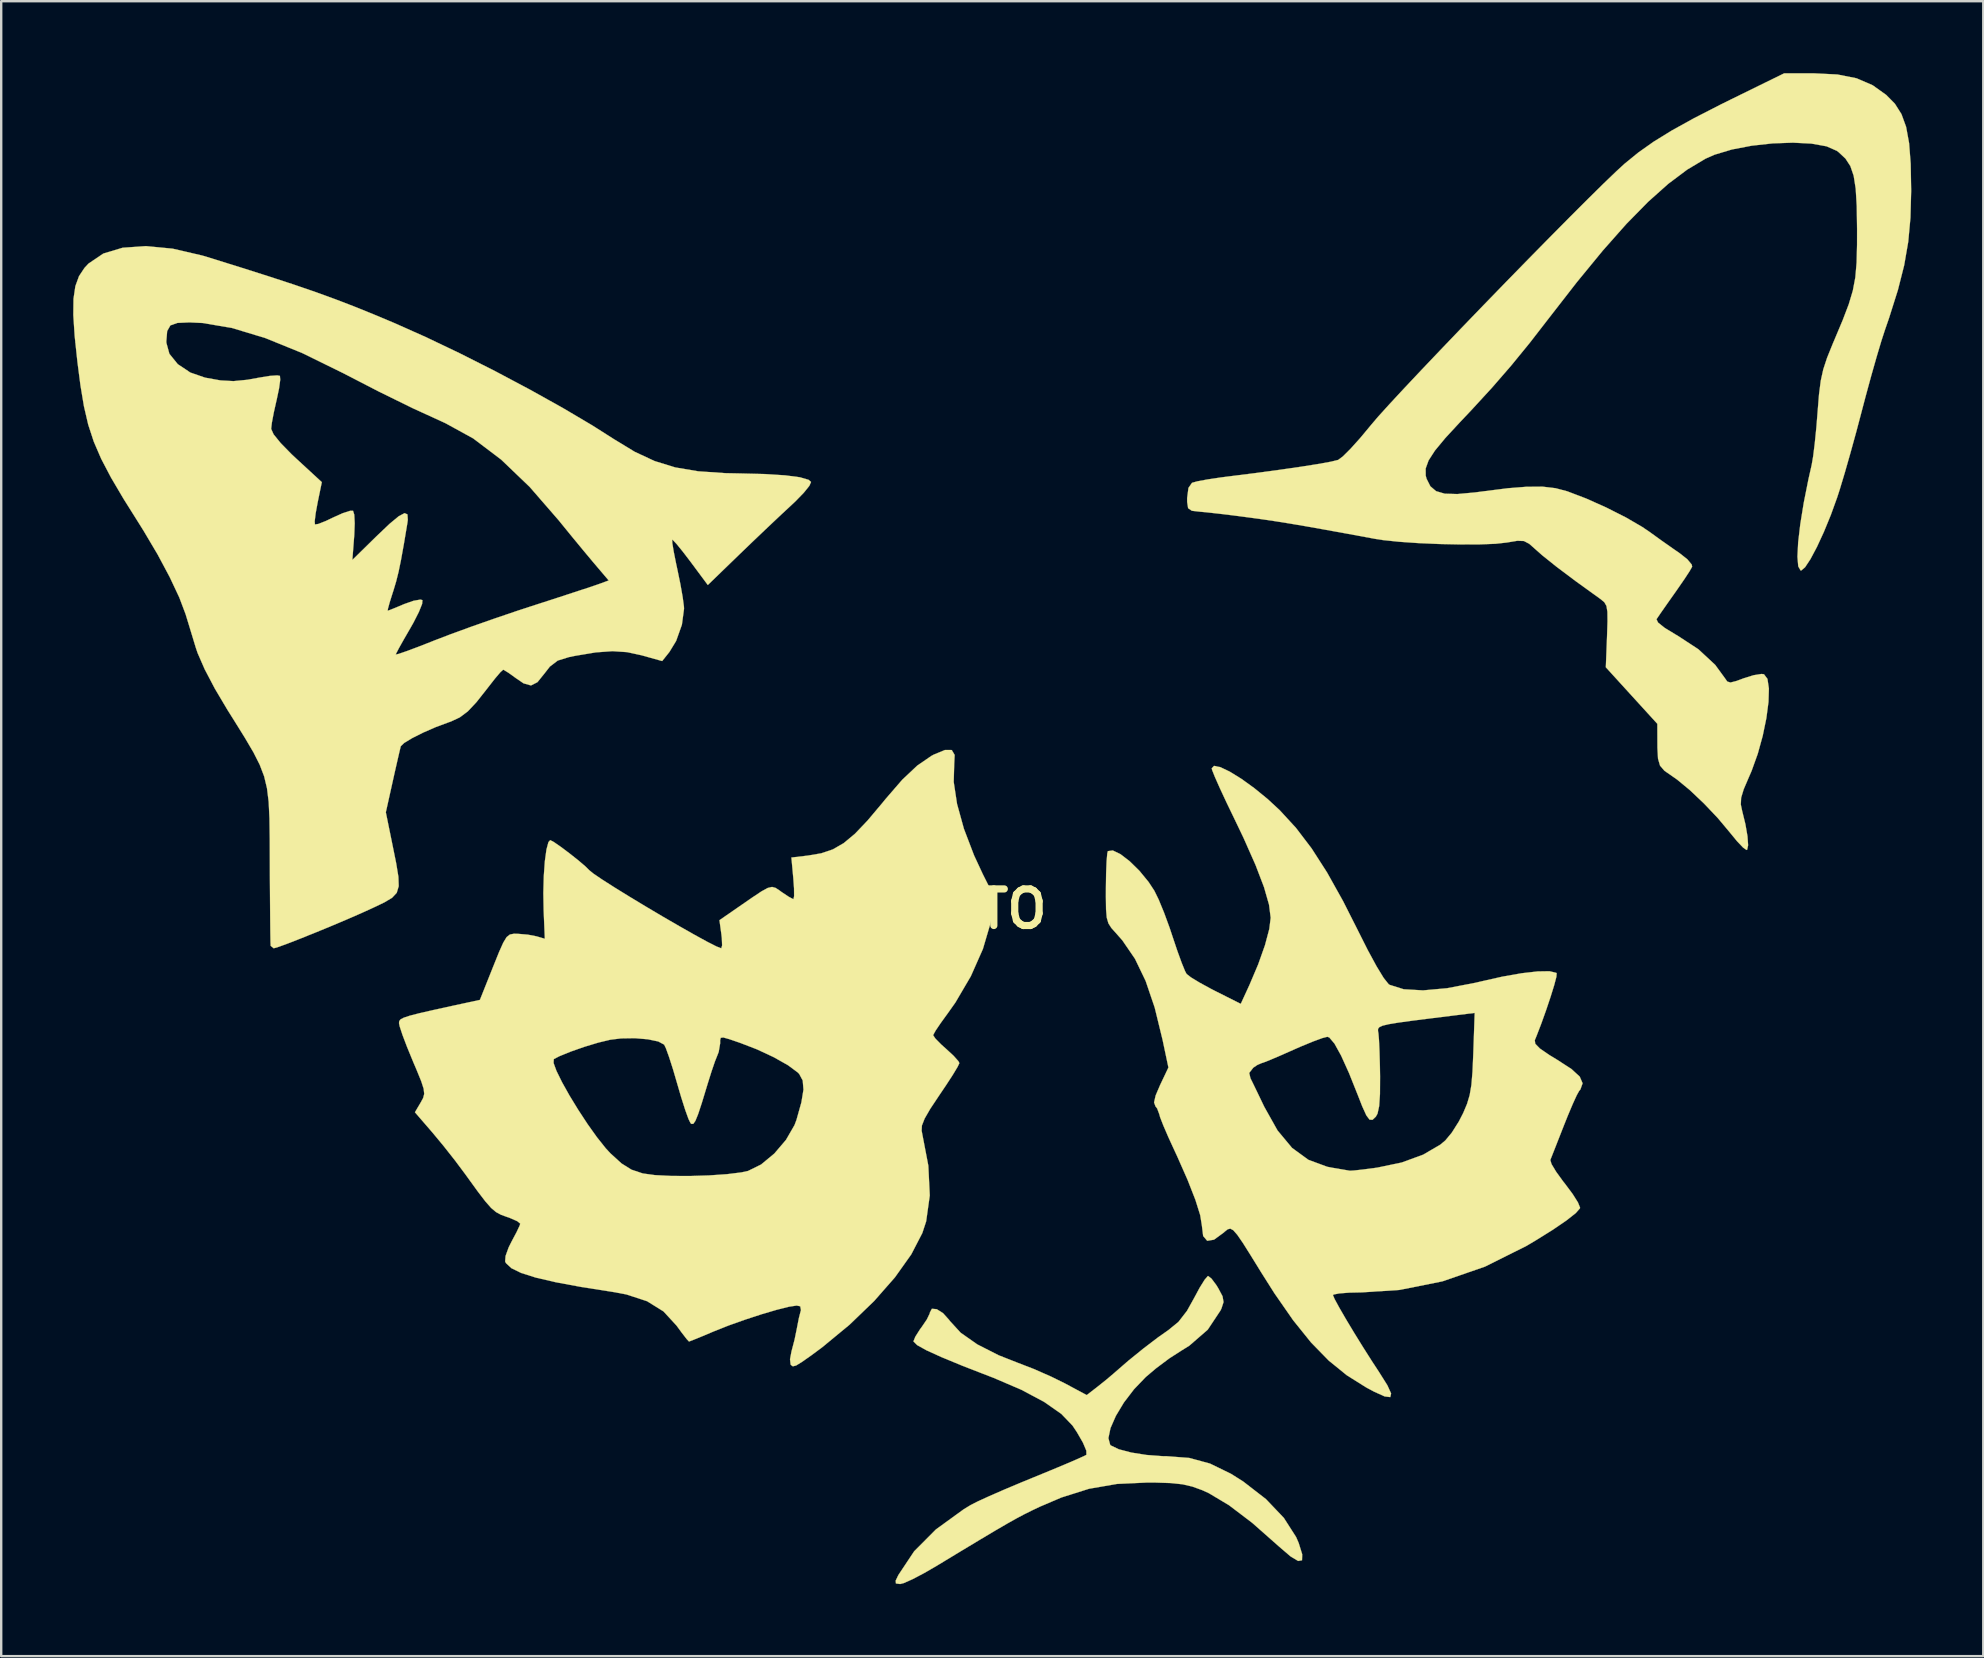
<source format=kicad_pcb>
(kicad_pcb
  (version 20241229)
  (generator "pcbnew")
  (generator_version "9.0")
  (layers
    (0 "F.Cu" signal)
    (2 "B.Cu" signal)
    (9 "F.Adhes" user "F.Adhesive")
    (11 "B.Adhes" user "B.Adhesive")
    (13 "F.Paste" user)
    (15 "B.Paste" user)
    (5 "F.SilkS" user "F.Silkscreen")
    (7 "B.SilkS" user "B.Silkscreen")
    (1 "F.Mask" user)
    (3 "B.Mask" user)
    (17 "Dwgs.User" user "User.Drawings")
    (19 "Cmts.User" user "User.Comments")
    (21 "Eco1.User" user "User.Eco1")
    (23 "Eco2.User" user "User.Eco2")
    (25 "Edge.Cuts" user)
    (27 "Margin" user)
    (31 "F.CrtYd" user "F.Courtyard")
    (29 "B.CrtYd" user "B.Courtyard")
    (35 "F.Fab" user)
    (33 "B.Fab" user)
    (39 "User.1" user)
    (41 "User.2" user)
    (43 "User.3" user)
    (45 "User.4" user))
  (footprint "GATO"
    (layer "F.Cu")
    (at 37.748 34.828)
    (property "Reference" "GATO" (at 0 0 0) (layer "F.SilkS") (effects (font (size 1.524 1.524) (thickness 0.3))))
    (attr through_hole)
    (fp_poly (pts (xy 9.685 15.402) (xy 9.887 15.671) (xy 9.967 15.801) (xy 10.148 16.141) (xy 10.189 16.381) (xy 10.103 16.647) (xy 10.066 16.726) (xy 9.53 17.533) (xy 8.759 18.202) (xy 8.422 18.411) (xy 7.932 18.726) (xy 7.38 19.139) (xy 6.95 19.503) (xy 6.462 20.011) (xy 6.037 20.567) (xy 5.702 21.124) (xy 5.478 21.635) (xy 5.391 22.052) (xy 5.464 22.328) (xy 5.498 22.36) (xy 5.827 22.517) (xy 6.348 22.653) (xy 6.981 22.753) (xy 7.644 22.803) (xy 7.82 22.805) (xy 8.759 22.877) (xy 9.623 23.111) (xy 10.496 23.536) (xy 11.009 23.859) (xy 11.957 24.593) (xy 12.702 25.375) (xy 13.213 26.173) (xy 13.321 26.422) (xy 13.467 26.892) (xy 13.46 27.142) (xy 13.297 27.17) (xy 12.977 26.977) (xy 12.497 26.565) (xy 12.487 26.556) (xy 11.385 25.583) (xy 10.416 24.847) (xy 9.576 24.345) (xy 9.3 24.219) (xy 8.891 24.071) (xy 8.483 23.976) (xy 7.994 23.924) (xy 7.344 23.903) (xy 7.03 23.901) (xy 5.75 23.96) (xy 4.586 24.161) (xy 3.43 24.526) (xy 2.536 24.908) (xy 2.211 25.062) (xy 1.897 25.218) (xy 1.56 25.397) (xy 1.166 25.618) (xy 0.679 25.902) (xy 0.066 26.267) (xy -0.71 26.734) (xy -1.681 27.322) (xy -1.746 27.362) (xy -2.292 27.678) (xy -2.774 27.931) (xy -3.133 28.091) (xy -3.286 28.131) (xy -3.463 28.109) (xy -3.474 27.992) (xy -3.361 27.756) (xy -2.703 26.767) (xy -1.796 25.856) (xy -0.634 25.013) (xy -0.344 24.837) (xy -0.059 24.692) (xy 0.426 24.47) (xy 1.055 24.195) (xy 1.775 23.892) (xy 2.262 23.692) (xy 2.973 23.4) (xy 3.593 23.141) (xy 4.078 22.933) (xy 4.386 22.794) (xy 4.475 22.746) (xy 4.471 22.573) (xy 4.33 22.239) (xy 4.08 21.804) (xy 3.894 21.526) (xy 3.43 21.043) (xy 2.714 20.542) (xy 1.767 20.038) (xy 0.607 19.54) (xy 0.446 19.478) (xy -0.686 19.039) (xy -1.562 18.677) (xy -2.191 18.391) (xy -2.577 18.176) (xy -2.728 18.029) (xy -2.731 18.013) (xy -2.654 17.823) (xy -2.463 17.522) (xy -2.39 17.423) (xy -2.174 17.105) (xy -2.056 16.861) (xy -2.048 16.818) (xy -1.966 16.661) (xy -1.762 16.678) (xy -1.5 16.843) (xy -1.242 17.13) (xy -1.218 17.166) (xy -0.766 17.659) (xy -0.075 18.144) (xy 0.821 18.6) (xy 1.621 18.915) (xy 2.284 19.171) (xy 2.998 19.485) (xy 3.575 19.769) (xy 4.487 20.258) (xy 4.941 19.907) (xy 5.306 19.615) (xy 5.626 19.344) (xy 5.672 19.303) (xy 6.217 18.83) (xy 6.845 18.321) (xy 7.456 17.855) (xy 7.897 17.545) (xy 8.312 17.205) (xy 8.666 16.748) (xy 8.957 16.225) (xy 9.196 15.781) (xy 9.4 15.453) (xy 9.533 15.299) (xy 9.547 15.295) (xy 9.685 15.402)) (stroke (width 0.01) (type solid)) (fill yes) (layer "F.SilkS"))
    (fp_poly (pts (xy 10.055 -5.91) (xy 10.447 -5.723) (xy 10.931 -5.424) (xy 11.469 -5.036) (xy 12.023 -4.584) (xy 12.534 -4.111) (xy 13.21 -3.375) (xy 13.858 -2.525) (xy 14.504 -1.519) (xy 15.173 -0.321) (xy 15.769 0.858) (xy 16.197 1.71) (xy 16.565 2.388) (xy 16.859 2.87) (xy 17.065 3.13) (xy 17.108 3.161) (xy 17.697 3.346) (xy 18.502 3.393) (xy 19.504 3.303) (xy 20.682 3.077) (xy 20.918 3.021) (xy 21.811 2.82) (xy 22.612 2.679) (xy 23.279 2.603) (xy 23.772 2.595) (xy 24.05 2.661) (xy 24.072 2.678) (xy 24.059 2.828) (xy 23.969 3.173) (xy 23.82 3.654) (xy 23.633 4.212) (xy 23.428 4.785) (xy 23.223 5.316) (xy 23.159 5.47) (xy 23.18 5.618) (xy 23.373 5.816) (xy 23.768 6.088) (xy 24.098 6.288) (xy 24.687 6.67) (xy 25.033 6.988) (xy 25.152 7.264) (xy 25.06 7.522) (xy 25.006 7.586) (xy 24.908 7.762) (xy 24.739 8.132) (xy 24.527 8.635) (xy 24.376 9.013) (xy 24.156 9.573) (xy 23.971 10.044) (xy 23.845 10.364) (xy 23.806 10.462) (xy 23.858 10.633) (xy 24.049 10.951) (xy 24.342 11.355) (xy 24.428 11.464) (xy 24.739 11.881) (xy 24.958 12.228) (xy 25.046 12.446) (xy 25.043 12.473) (xy 24.867 12.674) (xy 24.479 12.98) (xy 23.91 13.369) (xy 23.189 13.818) (xy 22.805 14.045) (xy 21.088 14.903) (xy 19.314 15.517) (xy 17.514 15.877) (xy 15.962 15.977) (xy 15.425 15.989) (xy 15.009 16.021) (xy 14.777 16.067) (xy 14.748 16.091) (xy 14.818 16.256) (xy 15.006 16.603) (xy 15.285 17.085) (xy 15.627 17.654) (xy 16.003 18.262) (xy 16.385 18.863) (xy 16.674 19.305) (xy 17.015 19.847) (xy 17.172 20.19) (xy 17.138 20.342) (xy 16.904 20.314) (xy 16.462 20.115) (xy 16.132 19.938) (xy 15.327 19.433) (xy 14.572 18.82) (xy 13.838 18.068) (xy 13.094 17.144) (xy 12.31 16.016) (xy 11.767 15.158) (xy 11.322 14.437) (xy 10.996 13.919) (xy 10.762 13.579) (xy 10.596 13.389) (xy 10.472 13.321) (xy 10.363 13.348) (xy 10.244 13.443) (xy 10.193 13.489) (xy 9.791 13.782) (xy 9.508 13.828) (xy 9.34 13.629) (xy 9.286 13.188) (xy 9.217 12.761) (xy 9.017 12.122) (xy 8.692 11.292) (xy 8.252 10.295) (xy 8.142 10.059) (xy 7.884 9.496) (xy 7.677 9.016) (xy 7.546 8.678) (xy 7.511 8.55) (xy 7.422 8.313) (xy 7.355 8.229) (xy 7.294 8.063) (xy 7.36 7.771) (xy 7.545 7.339) (xy 7.786 6.832) (xy 11.259 6.832) (xy 11.31 7.054) (xy 11.43 7.297) (xy 11.627 7.704) (xy 11.861 8.192) (xy 11.89 8.251) (xy 12.439 9.23) (xy 13.044 9.957) (xy 13.727 10.455) (xy 14.512 10.744) (xy 14.715 10.783) (xy 15.114 10.851) (xy 15.392 10.898) (xy 15.455 10.909) (xy 15.626 10.899) (xy 15.994 10.858) (xy 16.487 10.794) (xy 16.6 10.778) (xy 17.614 10.566) (xy 18.509 10.239) (xy 19.224 9.821) (xy 19.433 9.645) (xy 19.702 9.32) (xy 19.994 8.858) (xy 20.178 8.5) (xy 20.337 8.122) (xy 20.446 7.757) (xy 20.518 7.334) (xy 20.564 6.78) (xy 20.597 6.024) (xy 20.597 6.023) (xy 20.655 4.331) (xy 19.852 4.431) (xy 18.829 4.558) (xy 18.046 4.657) (xy 17.471 4.736) (xy 17.073 4.802) (xy 16.82 4.862) (xy 16.683 4.924) (xy 16.628 4.995) (xy 16.626 5.083) (xy 16.644 5.189) (xy 16.667 5.466) (xy 16.688 5.941) (xy 16.705 6.539) (xy 16.712 6.978) (xy 16.708 7.712) (xy 16.674 8.216) (xy 16.606 8.529) (xy 16.536 8.656) (xy 16.397 8.787) (xy 16.273 8.779) (xy 16.139 8.6) (xy 15.966 8.219) (xy 15.796 7.784) (xy 15.418 6.839) (xy 15.088 6.11) (xy 14.813 5.612) (xy 14.598 5.358) (xy 14.517 5.326) (xy 14.307 5.38) (xy 13.915 5.524) (xy 13.408 5.733) (xy 13.093 5.872) (xy 12.564 6.106) (xy 12.13 6.291) (xy 11.848 6.402) (xy 11.778 6.423) (xy 11.599 6.5) (xy 11.428 6.615) (xy 11.259 6.832) (xy 7.786 6.832) (xy 7.892 6.607) (xy 7.649 5.454) (xy 7.321 4.111) (xy 6.943 2.999) (xy 6.5 2.079) (xy 5.975 1.311) (xy 5.696 0.994) (xy 5.512 0.789) (xy 5.392 0.6) (xy 5.323 0.364) (xy 5.293 0.018) (xy 5.286 -0.503) (xy 5.287 -0.89) (xy 5.296 -1.491) (xy 5.316 -1.984) (xy 5.344 -2.31) (xy 5.368 -2.409) (xy 5.573 -2.438) (xy 5.892 -2.285) (xy 6.277 -1.989) (xy 6.683 -1.591) (xy 7.063 -1.128) (xy 7.304 -0.762) (xy 7.487 -0.389) (xy 7.712 0.158) (xy 7.944 0.791) (xy 8.067 1.161) (xy 8.264 1.747) (xy 8.445 2.245) (xy 8.586 2.591) (xy 8.65 2.709) (xy 8.832 2.851) (xy 9.194 3.071) (xy 9.669 3.33) (xy 9.85 3.423) (xy 10.907 3.955) (xy 11.267 3.172) (xy 11.634 2.306) (xy 11.917 1.508) (xy 12.096 0.834) (xy 12.154 0.368) (xy 12.085 -0.178) (xy 11.876 -0.908) (xy 11.523 -1.832) (xy 11.022 -2.963) (xy 10.638 -3.765) (xy 10.314 -4.436) (xy 10.039 -5.027) (xy 9.832 -5.493) (xy 9.715 -5.786) (xy 9.696 -5.858) (xy 9.792 -5.963) (xy 10.055 -5.91)) (stroke (width 0.01) (type solid)) (fill yes) (layer "F.SilkS"))
    (fp_poly (pts (xy 35.771 -34.774) (xy 36.57 -34.615) (xy 37.239 -34.326) (xy 37.802 -33.924) (xy 38.166 -33.555) (xy 38.439 -33.124) (xy 38.633 -32.592) (xy 38.757 -31.915) (xy 38.824 -31.053) (xy 38.843 -29.964) (xy 38.843 -29.906) (xy 38.814 -28.806) (xy 38.722 -27.805) (xy 38.553 -26.827) (xy 38.291 -25.793) (xy 37.922 -24.624) (xy 37.755 -24.142) (xy 37.602 -23.671) (xy 37.403 -23.004) (xy 37.177 -22.209) (xy 36.944 -21.354) (xy 36.787 -20.757) (xy 36.555 -19.879) (xy 36.31 -18.991) (xy 36.075 -18.169) (xy 35.87 -17.488) (xy 35.763 -17.157) (xy 35.496 -16.418) (xy 35.207 -15.714) (xy 34.918 -15.088) (xy 34.649 -14.582) (xy 34.423 -14.24) (xy 34.261 -14.103) (xy 34.236 -14.105) (xy 34.138 -14.278) (xy 34.105 -14.68) (xy 34.135 -15.279) (xy 34.224 -16.04) (xy 34.368 -16.928) (xy 34.564 -17.91) (xy 34.698 -18.504) (xy 34.759 -18.859) (xy 34.827 -19.408) (xy 34.894 -20.073) (xy 34.944 -20.7) (xy 35.004 -21.445) (xy 35.076 -22.01) (xy 35.182 -22.489) (xy 35.342 -22.974) (xy 35.579 -23.56) (xy 35.641 -23.705) (xy 35.991 -24.538) (xy 36.243 -25.199) (xy 36.413 -25.767) (xy 36.517 -26.318) (xy 36.57 -26.93) (xy 36.589 -27.679) (xy 36.59 -28.336) (xy 36.576 -29.288) (xy 36.533 -30.012) (xy 36.448 -30.554) (xy 36.31 -30.957) (xy 36.108 -31.267) (xy 35.829 -31.529) (xy 35.748 -31.592) (xy 35.317 -31.781) (xy 34.687 -31.894) (xy 33.917 -31.933) (xy 33.068 -31.903) (xy 32.2 -31.807) (xy 31.374 -31.649) (xy 30.651 -31.432) (xy 30.274 -31.266) (xy 29.512 -30.811) (xy 28.72 -30.217) (xy 27.881 -29.468) (xy 26.977 -28.547) (xy 25.993 -27.436) (xy 24.911 -26.118) (xy 23.769 -24.649) (xy 22.941 -23.58) (xy 22.169 -22.636) (xy 21.379 -21.726) (xy 20.495 -20.764) (xy 20.046 -20.29) (xy 19.43 -19.624) (xy 18.999 -19.103) (xy 18.733 -18.691) (xy 18.612 -18.355) (xy 18.614 -18.059) (xy 18.649 -17.929) (xy 18.807 -17.615) (xy 19.045 -17.411) (xy 19.406 -17.305) (xy 19.932 -17.29) (xy 20.663 -17.357) (xy 21.031 -17.405) (xy 22.046 -17.533) (xy 22.847 -17.596) (xy 23.489 -17.597) (xy 24.023 -17.534) (xy 24.503 -17.407) (xy 24.514 -17.404) (xy 25.303 -17.103) (xy 26.145 -16.726) (xy 26.953 -16.317) (xy 27.636 -15.92) (xy 27.926 -15.724) (xy 28.419 -15.368) (xy 28.934 -15.006) (xy 29.195 -14.826) (xy 29.515 -14.573) (xy 29.699 -14.353) (xy 29.717 -14.262) (xy 29.612 -14.078) (xy 29.389 -13.737) (xy 29.089 -13.303) (xy 28.987 -13.158) (xy 28.67 -12.709) (xy 28.411 -12.338) (xy 28.253 -12.106) (xy 28.231 -12.072) (xy 28.297 -11.934) (xy 28.578 -11.71) (xy 29.04 -11.429) (xy 29.101 -11.395) (xy 29.978 -10.821) (xy 30.678 -10.171) (xy 31.078 -9.623) (xy 31.18 -9.478) (xy 31.313 -9.436) (xy 31.556 -9.498) (xy 31.867 -9.613) (xy 32.279 -9.741) (xy 32.606 -9.793) (xy 32.71 -9.781) (xy 32.855 -9.588) (xy 32.915 -9.186) (xy 32.898 -8.625) (xy 32.81 -7.952) (xy 32.658 -7.216) (xy 32.451 -6.467) (xy 32.194 -5.752) (xy 32.084 -5.499) (xy 31.865 -4.988) (xy 31.758 -4.634) (xy 31.745 -4.351) (xy 31.798 -4.097) (xy 31.937 -3.529) (xy 32.023 -3.029) (xy 32.049 -2.656) (xy 32.009 -2.469) (xy 31.983 -2.458) (xy 31.839 -2.559) (xy 31.588 -2.823) (xy 31.284 -3.193) (xy 31.284 -3.194) (xy 30.788 -3.786) (xy 30.21 -4.395) (xy 29.621 -4.953) (xy 29.091 -5.391) (xy 28.882 -5.537) (xy 28.562 -5.759) (xy 28.379 -5.972) (xy 28.295 -6.261) (xy 28.27 -6.712) (xy 28.269 -6.896) (xy 28.266 -7.716) (xy 27.193 -8.893) (xy 26.12 -10.071) (xy 26.171 -11.378) (xy 26.19 -11.986) (xy 26.186 -12.382) (xy 26.146 -12.627) (xy 26.058 -12.781) (xy 25.91 -12.906) (xy 25.874 -12.932) (xy 24.86 -13.663) (xy 24.053 -14.27) (xy 23.462 -14.744) (xy 23.215 -14.963) (xy 22.93 -15.215) (xy 22.706 -15.333) (xy 22.434 -15.343) (xy 22.006 -15.272) (xy 21.986 -15.269) (xy 21.525 -15.218) (xy 20.86 -15.192) (xy 20.058 -15.19) (xy 19.186 -15.208) (xy 18.311 -15.246) (xy 17.502 -15.302) (xy 16.825 -15.373) (xy 16.524 -15.42) (xy 15.337 -15.639) (xy 14.372 -15.814) (xy 13.583 -15.954) (xy 12.922 -16.066) (xy 12.345 -16.158) (xy 11.804 -16.238) (xy 11.266 -16.312) (xy 10.592 -16.4) (xy 9.96 -16.476) (xy 9.454 -16.532) (xy 9.218 -16.553) (xy 8.868 -16.593) (xy 8.713 -16.7) (xy 8.673 -16.957) (xy 8.672 -17.123) (xy 8.727 -17.546) (xy 8.876 -17.759) (xy 9.096 -17.82) (xy 9.515 -17.898) (xy 10.062 -17.98) (xy 10.378 -18.021) (xy 11.496 -18.161) (xy 12.518 -18.299) (xy 13.41 -18.428) (xy 14.138 -18.543) (xy 14.666 -18.639) (xy 14.96 -18.711) (xy 14.969 -18.715) (xy 15.165 -18.861) (xy 15.484 -19.179) (xy 15.881 -19.621) (xy 16.315 -20.142) (xy 16.335 -20.167) (xy 16.626 -20.509) (xy 17.086 -21.017) (xy 17.688 -21.667) (xy 18.408 -22.432) (xy 19.221 -23.287) (xy 20.101 -24.206) (xy 21.023 -25.162) (xy 21.963 -26.131) (xy 22.895 -27.085) (xy 23.795 -28) (xy 24.636 -28.849) (xy 25.394 -29.606) (xy 26.043 -30.246) (xy 26.56 -30.742) (xy 26.902 -31.056) (xy 27.474 -31.522) (xy 28.115 -31.975) (xy 28.869 -32.44) (xy 29.777 -32.943) (xy 30.881 -33.51) (xy 31.354 -33.744) (xy 33.553 -34.823) (xy 34.778 -34.823) (xy 35.771 -34.774)) (stroke (width 0.01) (type solid)) (fill yes) (layer "F.SilkS"))
    (fp_poly (pts (xy -1.136 -6.623) (xy -1.016 -6.418) (xy -1.034 -6.046) (xy -1.055 -5.293) (xy -0.916 -4.375) (xy -0.63 -3.34) (xy -0.208 -2.235) (xy 0.151 -1.463) (xy 0.684 -0.4) (xy 0.481 0.585) (xy 0.162 1.666) (xy -0.341 2.802) (xy -0.985 3.899) (xy -1.3 4.344) (xy -1.595 4.751) (xy -1.813 5.074) (xy -1.91 5.253) (xy -1.912 5.263) (xy -1.816 5.404) (xy -1.571 5.652) (xy -1.366 5.835) (xy -1.058 6.12) (xy -0.859 6.344) (xy -0.819 6.424) (xy -0.893 6.58) (xy -1.09 6.908) (xy -1.38 7.354) (xy -1.644 7.745) (xy -2.029 8.323) (xy -2.267 8.735) (xy -2.381 9.026) (xy -2.392 9.244) (xy -2.383 9.286) (xy -2.113 10.697) (xy -2.053 11.941) (xy -2.203 13.017) (xy -2.363 13.505) (xy -2.824 14.395) (xy -3.505 15.352) (xy -4.373 16.34) (xy -5.396 17.325) (xy -6.539 18.268) (xy -6.959 18.58) (xy -7.373 18.872) (xy -7.621 19.025) (xy -7.759 19.06) (xy -7.837 19.004) (xy -7.852 18.981) (xy -7.876 18.764) (xy -7.813 18.427) (xy -7.805 18.399) (xy -7.687 17.948) (xy -7.587 17.46) (xy -7.583 17.436) (xy -7.506 17.044) (xy -7.431 16.751) (xy -7.42 16.719) (xy -7.451 16.557) (xy -7.599 16.527) (xy -7.92 16.575) (xy -8.43 16.703) (xy -9.062 16.889) (xy -9.75 17.114) (xy -10.428 17.355) (xy -11.03 17.594) (xy -11.041 17.598) (xy -11.514 17.798) (xy -11.879 17.947) (xy -12.072 18.022) (xy -12.087 18.026) (xy -12.182 17.924) (xy -12.386 17.661) (xy -12.605 17.362) (xy -13.148 16.772) (xy -13.831 16.347) (xy -14.698 16.063) (xy -15.253 15.96) (xy -16.575 15.752) (xy -17.643 15.554) (xy -18.473 15.361) (xy -19.083 15.167) (xy -19.49 14.968) (xy -19.713 14.759) (xy -19.748 14.69) (xy -19.73 14.46) (xy -19.599 14.097) (xy -19.473 13.847) (xy -19.274 13.473) (xy -19.145 13.199) (xy -19.118 13.114) (xy -19.235 13.016) (xy -19.529 12.885) (xy -19.675 12.833) (xy -19.922 12.743) (xy -20.128 12.631) (xy -20.333 12.458) (xy -20.574 12.184) (xy -20.889 11.772) (xy -21.316 11.182) (xy -21.403 11.061) (xy -21.831 10.488) (xy -22.331 9.854) (xy -22.772 9.323) (xy -23.507 8.472) (xy -23.268 8.067) (xy -23.165 7.879) (xy -23.12 7.707) (xy -23.143 7.493) (xy -23.245 7.178) (xy -23.438 6.705) (xy -23.561 6.416) (xy -17.731 6.416) (xy -17.608 6.751) (xy -17.378 7.218) (xy -17.068 7.772) (xy -16.704 8.368) (xy -16.314 8.963) (xy -15.924 9.51) (xy -15.561 9.967) (xy -15.365 10.18) (xy -14.898 10.605) (xy -14.484 10.864) (xy -14.024 11.018) (xy -13.997 11.024) (xy -13.509 11.091) (xy -12.835 11.125) (xy -12.056 11.129) (xy -11.254 11.104) (xy -10.509 11.053) (xy -9.904 10.978) (xy -9.627 10.918) (xy -9.083 10.65) (xy -8.532 10.194) (xy -8.044 9.622) (xy -7.69 9.009) (xy -7.608 8.792) (xy -7.403 8.061) (xy -7.316 7.529) (xy -7.347 7.148) (xy -7.495 6.874) (xy -7.553 6.814) (xy -7.959 6.513) (xy -8.552 6.178) (xy -9.255 5.85) (xy -9.953 5.581) (xy -10.405 5.426) (xy -10.656 5.355) (xy -10.764 5.369) (xy -10.789 5.471) (xy -10.788 5.601) (xy -10.849 5.959) (xy -10.909 6.113) (xy -11.005 6.354) (xy -11.148 6.773) (xy -11.31 7.288) (xy -11.336 7.374) (xy -11.549 8.075) (xy -11.705 8.548) (xy -11.819 8.829) (xy -11.906 8.954) (xy -11.983 8.958) (xy -12.021 8.927) (xy -12.108 8.75) (xy -12.246 8.367) (xy -12.414 7.838) (xy -12.57 7.305) (xy -12.749 6.693) (xy -12.916 6.172) (xy -13.049 5.803) (xy -13.122 5.653) (xy -13.366 5.522) (xy -13.801 5.431) (xy -14.344 5.385) (xy -14.916 5.394) (xy -15.367 5.449) (xy -15.866 5.569) (xy -16.448 5.745) (xy -17.021 5.946) (xy -17.491 6.138) (xy -17.72 6.257) (xy -17.731 6.416) (xy -23.561 6.416) (xy -23.6 6.323) (xy -23.836 5.749) (xy -24.025 5.251) (xy -24.143 4.893) (xy -24.171 4.756) (xy -24.16 4.673) (xy -24.104 4.6) (xy -23.968 4.529) (xy -23.718 4.447) (xy -23.318 4.344) (xy -22.733 4.21) (xy -21.93 4.034) (xy -21.564 3.955) (xy -20.8 3.79) (xy -20.248 2.407) (xy -20.004 1.801) (xy -19.827 1.405) (xy -19.687 1.174) (xy -19.55 1.065) (xy -19.384 1.033) (xy -19.237 1.034) (xy -18.8 1.071) (xy -18.435 1.142) (xy -18.094 1.242) (xy -18.143 0.062) (xy -18.156 -0.668) (xy -18.137 -1.369) (xy -18.093 -1.99) (xy -18.026 -2.479) (xy -17.943 -2.787) (xy -17.869 -2.868) (xy -17.716 -2.788) (xy -17.424 -2.586) (xy -17.061 -2.313) (xy -16.696 -2.024) (xy -16.399 -1.77) (xy -16.251 -1.622) (xy -16.074 -1.477) (xy -15.706 -1.227) (xy -15.189 -0.897) (xy -14.566 -0.512) (xy -13.878 -0.097) (xy -13.168 0.324) (xy -12.476 0.725) (xy -11.846 1.082) (xy -11.32 1.37) (xy -10.938 1.564) (xy -10.744 1.639) (xy -10.74 1.639) (xy -10.706 1.518) (xy -10.718 1.215) (xy -10.737 1.053) (xy -10.817 0.468) (xy -10.035 -0.073) (xy -9.462 -0.469) (xy -9.069 -0.731) (xy -8.806 -0.875) (xy -8.625 -0.918) (xy -8.477 -0.878) (xy -8.315 -0.771) (xy -8.227 -0.706) (xy -7.937 -0.513) (xy -7.751 -0.413) (xy -7.734 -0.41) (xy -7.706 -0.533) (xy -7.709 -0.857) (xy -7.739 -1.276) (xy -7.819 -2.143) (xy -7.128 -2.225) (xy -6.575 -2.319) (xy -6.093 -2.482) (xy -5.639 -2.743) (xy -5.17 -3.134) (xy -4.644 -3.686) (xy -4.018 -4.43) (xy -3.895 -4.582) (xy -3.199 -5.386) (xy -2.575 -5.974) (xy -1.986 -6.378) (xy -1.884 -6.433) (xy -1.419 -6.625) (xy -1.136 -6.623)) (stroke (width 0.01) (type solid)) (fill yes) (layer "F.SilkS"))
    (fp_poly (pts (xy -33.602 -27.515) (xy -32.369 -27.229) (xy -32.16 -27.167) (xy -30.755 -26.729) (xy -29.567 -26.351) (xy -28.548 -26.017) (xy -27.652 -25.709) (xy -26.834 -25.412) (xy -26.047 -25.11) (xy -25.244 -24.785) (xy -24.379 -24.422) (xy -24.376 -24.421) (xy -23.059 -23.834) (xy -21.637 -23.155) (xy -20.169 -22.414) (xy -18.719 -21.644) (xy -17.347 -20.879) (xy -16.116 -20.151) (xy -15.213 -19.577) (xy -14.348 -19.051) (xy -13.52 -18.665) (xy -12.661 -18.4) (xy -11.703 -18.238) (xy -10.578 -18.161) (xy -9.978 -18.149) (xy -8.917 -18.123) (xy -8.075 -18.069) (xy -7.464 -17.989) (xy -7.101 -17.883) (xy -7 -17.793) (xy -7.07 -17.633) (xy -7.302 -17.346) (xy -7.653 -16.984) (xy -7.809 -16.838) (xy -8.255 -16.423) (xy -8.822 -15.888) (xy -9.435 -15.304) (xy -9.987 -14.773) (xy -11.302 -13.5) (xy -12.021 -14.468) (xy -12.346 -14.893) (xy -12.605 -15.211) (xy -12.762 -15.377) (xy -12.788 -15.389) (xy -12.781 -15.244) (xy -12.724 -14.895) (xy -12.626 -14.404) (xy -12.566 -14.123) (xy -12.444 -13.53) (xy -12.35 -12.995) (xy -12.298 -12.605) (xy -12.293 -12.511) (xy -12.382 -11.844) (xy -12.623 -11.168) (xy -12.901 -10.711) (xy -13.204 -10.331) (xy -14.066 -10.572) (xy -14.665 -10.702) (xy -15.275 -10.743) (xy -15.971 -10.692) (xy -16.828 -10.549) (xy -17.091 -10.495) (xy -17.556 -10.351) (xy -17.885 -10.1) (xy -18.1 -9.824) (xy -18.402 -9.45) (xy -18.67 -9.314) (xy -18.981 -9.402) (xy -19.311 -9.627) (xy -19.607 -9.841) (xy -19.803 -9.96) (xy -19.832 -9.969) (xy -19.944 -9.868) (xy -20.17 -9.602) (xy -20.464 -9.226) (xy -20.496 -9.184) (xy -20.942 -8.619) (xy -21.302 -8.236) (xy -21.638 -7.984) (xy -22.006 -7.812) (xy -22.123 -7.771) (xy -22.639 -7.579) (xy -23.161 -7.351) (xy -23.621 -7.12) (xy -23.955 -6.918) (xy -24.098 -6.779) (xy -24.145 -6.585) (xy -24.236 -6.191) (xy -24.356 -5.664) (xy -24.431 -5.326) (xy -24.72 -4.028) (xy -24.446 -2.684) (xy -24.288 -1.903) (xy -24.196 -1.341) (xy -24.183 -0.948) (xy -24.266 -0.672) (xy -24.459 -0.466) (xy -24.776 -0.277) (xy -25.229 -0.06) (xy -25.713 0.161) (xy -26.31 0.422) (xy -26.969 0.701) (xy -27.639 0.977) (xy -28.268 1.23) (xy -28.804 1.439) (xy -29.195 1.582) (xy -29.39 1.638) (xy -29.394 1.638) (xy -29.519 1.537) (xy -29.519 1.536) (xy -29.526 1.376) (xy -29.533 0.982) (xy -29.539 0.393) (xy -29.545 -0.353) (xy -29.551 -1.216) (xy -29.553 -1.844) (xy -29.557 -2.922) (xy -29.569 -3.778) (xy -29.602 -4.463) (xy -29.672 -5.03) (xy -29.791 -5.528) (xy -29.975 -6.01) (xy -30.236 -6.526) (xy -30.59 -7.128) (xy -31.049 -7.867) (xy -31.314 -8.288) (xy -31.843 -9.179) (xy -32.269 -9.99) (xy -32.563 -10.665) (xy -32.637 -10.883) (xy -32.804 -11.432) (xy -32.961 -11.948) (xy -33.066 -12.29) (xy -33.326 -12.98) (xy -33.724 -13.826) (xy -34.229 -14.772) (xy -34.813 -15.758) (xy -34.993 -16.046) (xy -35.654 -17.098) (xy -36.175 -17.983) (xy -36.58 -18.756) (xy -36.889 -19.471) (xy -37.122 -20.183) (xy -37.3 -20.948) (xy -37.445 -21.819) (xy -37.571 -22.793) (xy -37.657 -23.6) (xy -33.867 -23.6) (xy -33.739 -23.133) (xy -33.389 -22.702) (xy -32.868 -22.354) (xy -32.253 -22.141) (xy -31.612 -22.026) (xy -31.069 -21.996) (xy -30.491 -22.052) (xy -29.994 -22.142) (xy -29.562 -22.213) (xy -29.245 -22.235) (xy -29.133 -22.214) (xy -29.121 -22.049) (xy -29.169 -21.695) (xy -29.267 -21.227) (xy -29.273 -21.204) (xy -29.387 -20.696) (xy -29.469 -20.263) (xy -29.499 -20.006) (xy -29.397 -19.779) (xy -29.105 -19.418) (xy -28.65 -18.953) (xy -28.444 -18.76) (xy -27.387 -17.786) (xy -27.562 -16.936) (xy -27.644 -16.487) (xy -27.684 -16.156) (xy -27.675 -16.022) (xy -27.53 -16.045) (xy -27.219 -16.168) (xy -26.911 -16.315) (xy -26.511 -16.495) (xy -26.205 -16.592) (xy -26.086 -16.594) (xy -26.035 -16.43) (xy -26.017 -16.069) (xy -26.035 -15.586) (xy -26.039 -15.531) (xy -26.115 -14.544) (xy -25.106 -15.534) (xy -24.563 -16.05) (xy -24.18 -16.367) (xy -23.938 -16.495) (xy -23.819 -16.442) (xy -23.804 -16.214) (xy -23.822 -16.08) (xy -23.967 -15.214) (xy -24.085 -14.559) (xy -24.188 -14.056) (xy -24.29 -13.647) (xy -24.402 -13.272) (xy -24.431 -13.185) (xy -24.558 -12.781) (xy -24.633 -12.506) (xy -24.642 -12.427) (xy -24.506 -12.476) (xy -24.199 -12.602) (xy -23.955 -12.705) (xy -23.567 -12.842) (xy -23.281 -12.892) (xy -23.194 -12.87) (xy -23.208 -12.71) (xy -23.342 -12.378) (xy -23.568 -11.933) (xy -23.694 -11.71) (xy -23.967 -11.238) (xy -24.178 -10.862) (xy -24.294 -10.638) (xy -24.308 -10.603) (xy -24.189 -10.628) (xy -23.865 -10.739) (xy -23.384 -10.918) (xy -22.792 -11.15) (xy -22.703 -11.186) (xy -22.019 -11.448) (xy -21.158 -11.762) (xy -20.204 -12.097) (xy -19.242 -12.424) (xy -18.64 -12.621) (xy -17.841 -12.879) (xy -17.109 -13.118) (xy -16.493 -13.32) (xy -16.041 -13.47) (xy -15.807 -13.551) (xy -15.432 -13.689) (xy -16.085 -14.457) (xy -16.494 -14.947) (xy -16.979 -15.535) (xy -17.444 -16.106) (xy -17.509 -16.187) (xy -18.726 -17.588) (xy -19.913 -18.725) (xy -21.079 -19.608) (xy -22.235 -20.243) (xy -22.266 -20.257) (xy -23.583 -20.86) (xy -25.012 -21.561) (xy -26.481 -22.32) (xy -28.196 -23.162) (xy -29.743 -23.791) (xy -31.128 -24.21) (xy -32.352 -24.418) (xy -32.905 -24.444) (xy -33.408 -24.421) (xy -33.698 -24.318) (xy -33.832 -24.083) (xy -33.866 -23.668) (xy -33.867 -23.6) (xy -37.657 -23.6) (xy -37.687 -23.886) (xy -37.743 -24.751) (xy -37.735 -25.427) (xy -37.657 -25.954) (xy -37.506 -26.37) (xy -37.277 -26.715) (xy -37.108 -26.896) (xy -36.492 -27.312) (xy -35.687 -27.554) (xy -34.716 -27.622) (xy -33.602 -27.515)) (stroke (width 0.01) (type solid)) (fill yes) (layer "F.SilkS")))
  (gr_rect
    (start -3 -3)
    (end 79.597 65.964)
    (stroke (width 0.1) (type default))
    (fill no)
    (layer "Edge.Cuts")))
</source>
